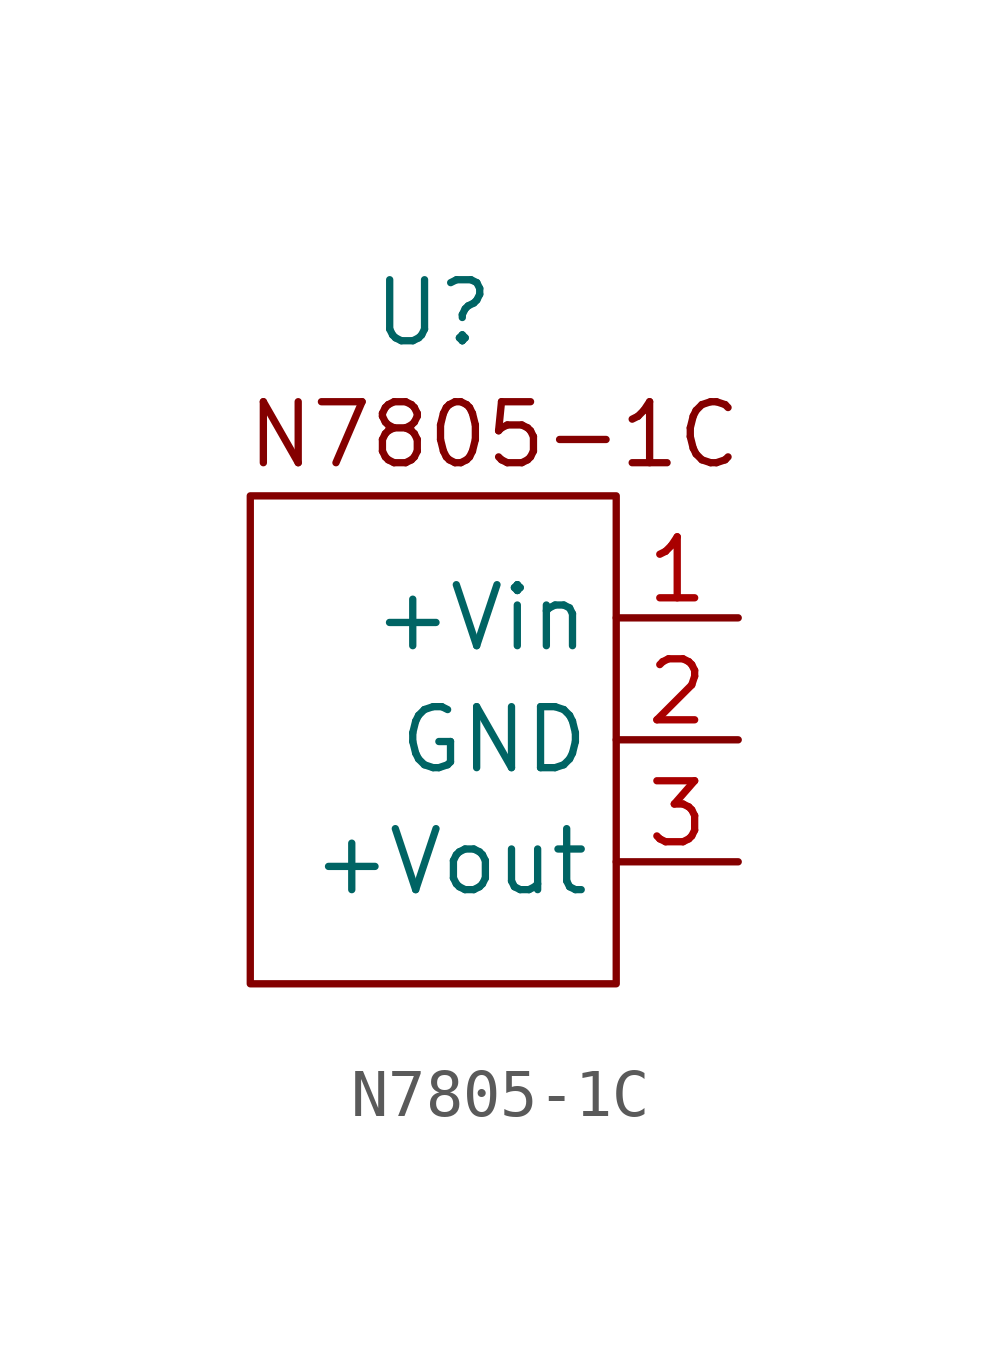
<source format=kicad_sym>
(kicad_symbol_lib
  (version 20220914)
  (generator kicad_symbol_editor)
  (symbol "N7805-1C"
    (property "Reference" "U"
      (at 0 2.54 0)
      (effects (font (size 1.27 1.27))))
    (property "Value" ""
      (at 0 0 0)
      (effects (font (size 1.27 1.27))))
    (symbol "N7805-1C_0_0"
      (text "N7805-1C" (at 1.27 0 0) (effects (font (size 1.27 1.27)))))
    (symbol "N7805-1C_0_1"
      (rectangle (start -3.81 -1.27) (end 3.81 -11.43) (stroke (width 0) (type default)) (fill (type none))))
    (symbol "N7805-1C_1_1"
      (pin input line (at 6.35 -3.81 180) (length 2.54) (name "+Vin" (effects (font (size 1.27 1.27)))) (number "1" (effects (font (size 1.27 1.27)))))
      (pin input line (at 6.35 -6.35 180) (length 2.54) (name "GND" (effects (font (size 1.27 1.27)))) (number "2" (effects (font (size 1.27 1.27)))))
      (pin input line (at 6.35 -8.89 180) (length 2.54) (name "+Vout" (effects (font (size 1.27 1.27)))) (number "3" (effects (font (size 1.27 1.27))))))))
</source>
